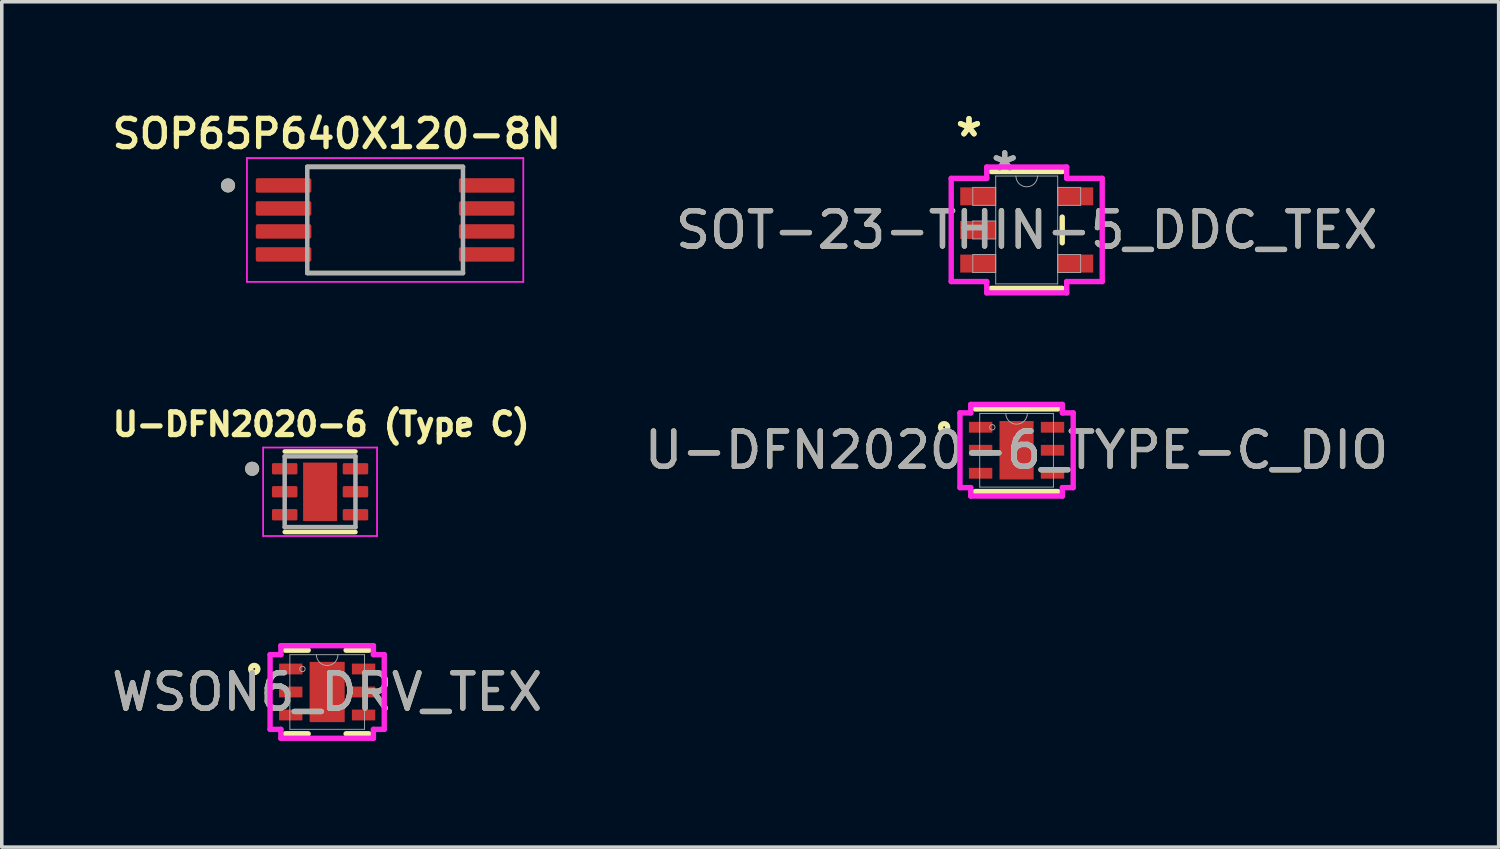
<source format=kicad_pcb>
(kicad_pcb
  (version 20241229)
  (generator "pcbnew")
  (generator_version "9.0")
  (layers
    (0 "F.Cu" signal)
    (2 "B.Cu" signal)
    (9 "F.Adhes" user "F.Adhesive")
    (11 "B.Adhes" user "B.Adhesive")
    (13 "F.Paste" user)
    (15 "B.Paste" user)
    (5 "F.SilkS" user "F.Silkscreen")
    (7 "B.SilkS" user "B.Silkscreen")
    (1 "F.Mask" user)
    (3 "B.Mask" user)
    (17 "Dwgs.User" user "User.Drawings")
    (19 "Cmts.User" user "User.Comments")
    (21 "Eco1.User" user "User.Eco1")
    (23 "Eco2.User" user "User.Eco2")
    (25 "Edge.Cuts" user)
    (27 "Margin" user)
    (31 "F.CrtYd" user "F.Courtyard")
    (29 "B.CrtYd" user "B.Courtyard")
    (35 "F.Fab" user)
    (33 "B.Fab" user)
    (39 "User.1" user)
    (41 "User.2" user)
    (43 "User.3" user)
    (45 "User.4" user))
  (footprint "SOT-23-THIN-5_DDC_TEX"
    (layer "F.Cu")
    (at 25.967 3.449)
    (property "Reference" "SOT-23-THIN-5_DDC_TEX" (at 0 0 0) (unlocked yes) (layer "F.SilkS") (effects (font (size 1 1) (thickness 0.15))))
    (attr smd)
    (fp_line (start -1.003 1.651) (end 1.003 1.651) (stroke (width 0.152) (type solid)) (layer "F.SilkS"))
    (fp_line (start 1.003 -1.651) (end -1.003 -1.651) (stroke (width 0.152) (type solid)) (layer "F.SilkS"))
    (fp_line (start 1.003 0.363) (end 1.003 -0.363) (stroke (width 0.152) (type solid)) (layer "F.SilkS"))
    (fp_line (start -2.134 -1.458) (end -1.13 -1.458) (stroke (width 0.152) (type solid)) (layer "F.CrtYd"))
    (fp_line (start -2.134 1.458) (end -2.134 -1.458) (stroke (width 0.152) (type solid)) (layer "F.CrtYd"))
    (fp_line (start -1.13 -1.778) (end 1.13 -1.778) (stroke (width 0.152) (type solid)) (layer "F.CrtYd"))
    (fp_line (start -1.13 -1.458) (end -1.13 -1.778) (stroke (width 0.152) (type solid)) (layer "F.CrtYd"))
    (fp_line (start -1.13 1.458) (end -2.134 1.458) (stroke (width 0.152) (type solid)) (layer "F.CrtYd"))
    (fp_line (start -1.13 1.778) (end -1.13 1.458) (stroke (width 0.152) (type solid)) (layer "F.CrtYd"))
    (fp_line (start 1.13 -1.778) (end 1.13 -1.458) (stroke (width 0.152) (type solid)) (layer "F.CrtYd"))
    (fp_line (start 1.13 -1.458) (end 2.134 -1.458) (stroke (width 0.152) (type solid)) (layer "F.CrtYd"))
    (fp_line (start 1.13 1.458) (end 1.13 1.778) (stroke (width 0.152) (type solid)) (layer "F.CrtYd"))
    (fp_line (start 1.13 1.778) (end -1.13 1.778) (stroke (width 0.152) (type solid)) (layer "F.CrtYd"))
    (fp_line (start 2.134 -1.458) (end 2.134 1.458) (stroke (width 0.152) (type solid)) (layer "F.CrtYd"))
    (fp_line (start 2.134 1.458) (end 1.13 1.458) (stroke (width 0.152) (type solid)) (layer "F.CrtYd"))
    (fp_line (start -1.524 -1.204) (end -1.524 -0.696) (stroke (width 0.025) (type solid)) (layer "F.Fab"))
    (fp_line (start -1.524 -0.696) (end -0.876 -0.696) (stroke (width 0.025) (type solid)) (layer "F.Fab"))
    (fp_line (start -1.524 -0.254) (end -1.524 0.254) (stroke (width 0.025) (type solid)) (layer "F.Fab"))
    (fp_line (start -1.524 0.254) (end -0.876 0.254) (stroke (width 0.025) (type solid)) (layer "F.Fab"))
    (fp_line (start -1.524 0.696) (end -1.524 1.204) (stroke (width 0.025) (type solid)) (layer "F.Fab"))
    (fp_line (start -1.524 1.204) (end -0.876 1.204) (stroke (width 0.025) (type solid)) (layer "F.Fab"))
    (fp_line (start -0.876 -1.524) (end -0.876 1.524) (stroke (width 0.025) (type solid)) (layer "F.Fab"))
    (fp_line (start -0.876 -1.204) (end -1.524 -1.204) (stroke (width 0.025) (type solid)) (layer "F.Fab"))
    (fp_line (start -0.876 -0.696) (end -0.876 -1.204) (stroke (width 0.025) (type solid)) (layer "F.Fab"))
    (fp_line (start -0.876 -0.254) (end -1.524 -0.254) (stroke (width 0.025) (type solid)) (layer "F.Fab"))
    (fp_line (start -0.876 0.254) (end -0.876 -0.254) (stroke (width 0.025) (type solid)) (layer "F.Fab"))
    (fp_line (start -0.876 0.696) (end -1.524 0.696) (stroke (width 0.025) (type solid)) (layer "F.Fab"))
    (fp_line (start -0.876 1.204) (end -0.876 0.696) (stroke (width 0.025) (type solid)) (layer "F.Fab"))
    (fp_line (start -0.876 1.524) (end 0.876 1.524) (stroke (width 0.025) (type solid)) (layer "F.Fab"))
    (fp_line (start 0.876 -1.524) (end -0.876 -1.524) (stroke (width 0.025) (type solid)) (layer "F.Fab"))
    (fp_line (start 0.876 -1.204) (end 0.876 -0.696) (stroke (width 0.025) (type solid)) (layer "F.Fab"))
    (fp_line (start 0.876 -0.696) (end 1.524 -0.696) (stroke (width 0.025) (type solid)) (layer "F.Fab"))
    (fp_line (start 0.876 0.696) (end 0.876 1.204) (stroke (width 0.025) (type solid)) (layer "F.Fab"))
    (fp_line (start 0.876 1.204) (end 1.524 1.204) (stroke (width 0.025) (type solid)) (layer "F.Fab"))
    (fp_line (start 0.876 1.524) (end 0.876 -1.524) (stroke (width 0.025) (type solid)) (layer "F.Fab"))
    (fp_line (start 1.524 -1.204) (end 0.876 -1.204) (stroke (width 0.025) (type solid)) (layer "F.Fab"))
    (fp_line (start 1.524 -0.696) (end 1.524 -1.204) (stroke (width 0.025) (type solid)) (layer "F.Fab"))
    (fp_line (start 1.524 0.696) (end 0.876 0.696) (stroke (width 0.025) (type solid)) (layer "F.Fab"))
    (fp_line (start 1.524 1.204) (end 1.524 0.696) (stroke (width 0.025) (type solid)) (layer "F.Fab"))
    (fp_arc (start 0.3048 -1.524) (mid 0 -1.2192) (end -0.3048 -1.524) (stroke (width 0.0254) (type solid)) (layer "F.Fab"))
    (fp_text user "*" (at -1.632 -2.601 0) (layer "F.SilkS") (effects (font (size 1 1) (thickness 0.15))))
    (fp_text user "*" (at -1.632 -2.601 0) (unlocked yes) (layer "F.SilkS") (effects (font (size 1 1) (thickness 0.15))))
    (fp_text user "*" (at -0.622 -1.636 0) (layer "F.Fab") (effects (font (size 1 1) (thickness 0.15))))
    (fp_text user "*" (at -0.622 -1.636 0) (unlocked yes) (layer "F.Fab") (effects (font (size 1 1) (thickness 0.15))))
    (fp_text user "${REFERENCE}" (at 0 0 0) (unlocked yes) (layer "F.Fab") (effects (font (size 1 1) (thickness 0.15))))
    (pad "1" smd rect (at -1.378 -0.95) (size 1.003 0.508) (layers "F.Cu" "F.Mask" "F.Paste"))
    (pad "2" smd rect (at -1.378 0) (size 1.003 0.508) (layers "F.Cu" "F.Mask" "F.Paste"))
    (pad "3" smd rect (at -1.378 0.95) (size 1.003 0.508) (layers "F.Cu" "F.Mask" "F.Paste"))
    (pad "4" smd rect (at 1.378 0.95) (size 1.003 0.508) (layers "F.Cu" "F.Mask" "F.Paste"))
    (pad "5" smd rect (at 1.378 -0.95) (size 1.003 0.508) (layers "F.Cu" "F.Mask" "F.Paste")))
  (footprint "WSON6_DRV_TEX"
    (layer "F.Cu")
    (at 6.196 16.507)
    (property "Reference" "WSON6_DRV_TEX" (at 0 0 0) (unlocked yes) (layer "F.SilkS") (effects (font (size 1 1) (thickness 0.15))))
    (attr smd)
    (fp_line (start -1.181 1.181) (end -0.536 1.181) (stroke (width 0.152) (type solid)) (layer "F.SilkS"))
    (fp_line (start -0.536 -1.181) (end -1.181 -1.181) (stroke (width 0.152) (type solid)) (layer "F.SilkS"))
    (fp_line (start 0.536 1.181) (end 1.181 1.181) (stroke (width 0.152) (type solid)) (layer "F.SilkS"))
    (fp_line (start 1.181 -1.181) (end 0.536 -1.181) (stroke (width 0.152) (type solid)) (layer "F.SilkS"))
    (fp_circle (center -2.06 -0.65) (end -1.958 -0.65) (stroke (width 0.152) (type solid)) (fill no) (layer "F.SilkS"))
    (fp_line (start -1.613 -1.056) (end -1.308 -1.056) (stroke (width 0.152) (type solid)) (layer "F.CrtYd"))
    (fp_line (start -1.613 1.056) (end -1.613 -1.056) (stroke (width 0.152) (type solid)) (layer "F.CrtYd"))
    (fp_line (start -1.613 1.056) (end -1.308 1.056) (stroke (width 0.152) (type solid)) (layer "F.CrtYd"))
    (fp_line (start -1.308 -1.308) (end 1.308 -1.308) (stroke (width 0.152) (type solid)) (layer "F.CrtYd"))
    (fp_line (start -1.308 -1.056) (end -1.308 -1.308) (stroke (width 0.152) (type solid)) (layer "F.CrtYd"))
    (fp_line (start -1.308 1.308) (end -1.308 1.056) (stroke (width 0.152) (type solid)) (layer "F.CrtYd"))
    (fp_line (start 1.308 -1.308) (end 1.308 -1.056) (stroke (width 0.152) (type solid)) (layer "F.CrtYd"))
    (fp_line (start 1.308 1.056) (end 1.308 1.308) (stroke (width 0.152) (type solid)) (layer "F.CrtYd"))
    (fp_line (start 1.308 1.308) (end -1.308 1.308) (stroke (width 0.152) (type solid)) (layer "F.CrtYd"))
    (fp_line (start 1.613 -1.056) (end 1.308 -1.056) (stroke (width 0.152) (type solid)) (layer "F.CrtYd"))
    (fp_line (start 1.613 -1.056) (end 1.613 1.056) (stroke (width 0.152) (type solid)) (layer "F.CrtYd"))
    (fp_line (start 1.613 1.056) (end 1.308 1.056) (stroke (width 0.152) (type solid)) (layer "F.CrtYd"))
    (fp_line (start -1.054 -1.054) (end -1.054 1.054) (stroke (width 0.025) (type solid)) (layer "F.Fab"))
    (fp_line (start -1.054 1.054) (end 1.054 1.054) (stroke (width 0.025) (type solid)) (layer "F.Fab"))
    (fp_line (start 1.054 -1.054) (end -1.054 -1.054) (stroke (width 0.025) (type solid)) (layer "F.Fab"))
    (fp_line (start 1.054 1.054) (end 1.054 -1.054) (stroke (width 0.025) (type solid)) (layer "F.Fab"))
    (fp_arc (start 0.3048 -1.0541) (mid 0 -0.7493) (end -0.3048 -1.0541) (stroke (width 0.0254) (type solid)) (layer "F.Fab"))
    (fp_circle (center -0.699 -0.65) (end -0.622 -0.65) (stroke (width 0.025) (type solid)) (fill no) (layer "F.Fab"))
    (fp_text user "${REFERENCE}" (at 0 0 0) (unlocked yes) (layer "F.Fab") (effects (font (size 1 1) (thickness 0.15))))
    (pad "1" smd rect (at -1.029 -0.65) (size 0.66 0.305) (layers "F.Cu" "F.Mask" "F.Paste"))
    (pad "2" smd rect (at -1.029 0) (size 0.66 0.305) (layers "F.Cu" "F.Mask" "F.Paste"))
    (pad "3" smd rect (at -1.029 0.65) (size 0.66 0.305) (layers "F.Cu" "F.Mask" "F.Paste"))
    (pad "4" smd rect (at 1.029 0.65) (size 0.66 0.305) (layers "F.Cu" "F.Mask" "F.Paste"))
    (pad "5" smd rect (at 1.029 0) (size 0.66 0.305) (layers "F.Cu" "F.Mask" "F.Paste"))
    (pad "6" smd rect (at 1.029 -0.65) (size 0.66 0.305) (layers "F.Cu" "F.Mask" "F.Paste"))
    (pad "7" smd rect (at 0 0) (size 0.991 1.702) (layers "F.Cu" "F.Mask" "F.Paste")))
  (footprint "SOP65P640X120-8N"
    (layer "F.Cu")
    (at 7.834 3.166)
    (property "Reference" "SOP65P640X120-8N" (at -1.365 -2.435 0) (layer "F.SilkS") (effects (font (size 0.8 0.8) (thickness 0.15))))
    (attr smd)
    (fp_line (start -2.2 -1.5) (end 2.2 -1.5) (stroke (width 0.127) (type solid)) (layer "F.SilkS"))
    (fp_line (start -2.2 1.5) (end 2.2 1.5) (stroke (width 0.127) (type solid)) (layer "F.SilkS"))
    (fp_circle (center -4.44 -0.975) (end -4.34 -0.975) (stroke (width 0.2) (type solid)) (fill no) (layer "F.SilkS"))
    (fp_line (start -3.905 -1.75) (end -3.905 1.75) (stroke (width 0.05) (type solid)) (layer "F.CrtYd"))
    (fp_line (start -3.905 -1.75) (end 3.905 -1.75) (stroke (width 0.05) (type solid)) (layer "F.CrtYd"))
    (fp_line (start -3.905 1.75) (end 3.905 1.75) (stroke (width 0.05) (type solid)) (layer "F.CrtYd"))
    (fp_line (start 3.905 -1.75) (end 3.905 1.75) (stroke (width 0.05) (type solid)) (layer "F.CrtYd"))
    (fp_line (start -2.2 -1.5) (end -2.2 1.5) (stroke (width 0.127) (type solid)) (layer "F.Fab"))
    (fp_line (start -2.2 -1.5) (end 2.2 -1.5) (stroke (width 0.127) (type solid)) (layer "F.Fab"))
    (fp_line (start -2.2 1.5) (end 2.2 1.5) (stroke (width 0.127) (type solid)) (layer "F.Fab"))
    (fp_line (start 2.2 -1.5) (end 2.2 1.5) (stroke (width 0.127) (type solid)) (layer "F.Fab"))
    (fp_circle (center -4.44 -0.975) (end -4.34 -0.975) (stroke (width 0.2) (type solid)) (fill no) (layer "F.Fab"))
    (pad "1" smd roundrect (at -2.87 -0.975) (size 1.57 0.41) (layers "F.Cu" "F.Mask" "F.Paste") (roundrect_rratio 0.125))
    (pad "2" smd roundrect (at -2.87 -0.325) (size 1.57 0.41) (layers "F.Cu" "F.Mask" "F.Paste") (roundrect_rratio 0.125))
    (pad "3" smd roundrect (at -2.87 0.325) (size 1.57 0.41) (layers "F.Cu" "F.Mask" "F.Paste") (roundrect_rratio 0.125))
    (pad "4" smd roundrect (at -2.87 0.975) (size 1.57 0.41) (layers "F.Cu" "F.Mask" "F.Paste") (roundrect_rratio 0.125))
    (pad "5" smd roundrect (at 2.87 0.975) (size 1.57 0.41) (layers "F.Cu" "F.Mask" "F.Paste") (roundrect_rratio 0.125))
    (pad "6" smd roundrect (at 2.87 0.325) (size 1.57 0.41) (layers "F.Cu" "F.Mask" "F.Paste") (roundrect_rratio 0.125))
    (pad "7" smd roundrect (at 2.87 -0.325) (size 1.57 0.41) (layers "F.Cu" "F.Mask" "F.Paste") (roundrect_rratio 0.125))
    (pad "8" smd roundrect (at 2.87 -0.975) (size 1.57 0.41) (layers "F.Cu" "F.Mask" "F.Paste") (roundrect_rratio 0.125)))
  (footprint "U-DFN2020-6 (Type C)"
    (layer "F.Cu")
    (at 5.996 10.848)
    (property "Reference" "U-DFN2020-6 (Type C)" (at 0.032 -1.906 0) (layer "F.SilkS") (effects (font (size 0.64 0.64) (thickness 0.15))))
    (attr smd)
    (fp_line (start -1 -1.139) (end 1 -1.139) (stroke (width 0.127) (type solid)) (layer "F.SilkS"))
    (fp_line (start -1 1.139) (end 1 1.139) (stroke (width 0.127) (type solid)) (layer "F.SilkS"))
    (fp_circle (center -1.92 -0.65) (end -1.82 -0.65) (stroke (width 0.2) (type solid)) (fill no) (layer "F.SilkS"))
    (fp_poly (pts (xy -0.3 -0.52) (xy 0.3 -0.52) (xy 0.3 0.52) (xy -0.3 0.52)) (stroke (width 0.01) (type solid)) (fill yes) (layer "F.Paste"))
    (fp_line (start -1.61 -1.25) (end -1.61 1.25) (stroke (width 0.05) (type solid)) (layer "F.CrtYd"))
    (fp_line (start -1.61 -1.25) (end 1.61 -1.25) (stroke (width 0.05) (type solid)) (layer "F.CrtYd"))
    (fp_line (start -1.61 1.25) (end 1.61 1.25) (stroke (width 0.05) (type solid)) (layer "F.CrtYd"))
    (fp_line (start 1.61 -1.25) (end 1.61 1.25) (stroke (width 0.05) (type solid)) (layer "F.CrtYd"))
    (fp_line (start -1 -1) (end -1 1) (stroke (width 0.127) (type solid)) (layer "F.Fab"))
    (fp_line (start -1 -1) (end 1 -1) (stroke (width 0.127) (type solid)) (layer "F.Fab"))
    (fp_line (start -1 1) (end 1 1) (stroke (width 0.127) (type solid)) (layer "F.Fab"))
    (fp_line (start 1 -1) (end 1 1) (stroke (width 0.127) (type solid)) (layer "F.Fab"))
    (fp_circle (center -1.92 -0.65) (end -1.82 -0.65) (stroke (width 0.2) (type solid)) (fill no) (layer "F.Fab"))
    (pad "1" smd roundrect (at -1 -0.65) (size 0.72 0.32) (layers "F.Cu" "F.Mask" "F.Paste") (roundrect_rratio 0.125))
    (pad "2" smd roundrect (at -1 0) (size 0.72 0.32) (layers "F.Cu" "F.Mask" "F.Paste") (roundrect_rratio 0.125))
    (pad "3" smd roundrect (at -1 0.65) (size 0.72 0.32) (layers "F.Cu" "F.Mask" "F.Paste") (roundrect_rratio 0.125))
    (pad "4" smd roundrect (at 1 0.65) (size 0.72 0.32) (layers "F.Cu" "F.Mask" "F.Paste") (roundrect_rratio 0.125))
    (pad "5" smd roundrect (at 1 0) (size 0.72 0.32) (layers "F.Cu" "F.Mask" "F.Paste") (roundrect_rratio 0.125))
    (pad "6" smd roundrect (at 1 -0.65) (size 0.72 0.32) (layers "F.Cu" "F.Mask" "F.Paste") (roundrect_rratio 0.125))
    (pad "7" smd rect (at 0 0) (size 0.96 1.65) (layers "F.Cu" "F.Mask")))
  (footprint "U-DFN2020-6_TYPE-C_DIO"
    (layer "F.Cu")
    (at 25.68 9.675)
    (property "Reference" "U-DFN2020-6_TYPE-C_DIO" (at 0 0 0) (unlocked yes) (layer "F.SilkS") (effects (font (size 1 1) (thickness 0.15))))
    (attr smd)
    (fp_line (start -1.168 1.168) (end 1.168 1.168) (stroke (width 0.152) (type solid)) (layer "F.SilkS"))
    (fp_line (start 1.168 -1.168) (end -1.168 -1.168) (stroke (width 0.152) (type solid)) (layer "F.SilkS"))
    (fp_circle (center -2.047 -0.65) (end -1.945 -0.65) (stroke (width 0.152) (type solid)) (fill no) (layer "F.SilkS"))
    (fp_line (start -1.6 -1.056) (end -1.295 -1.056) (stroke (width 0.152) (type solid)) (layer "F.CrtYd"))
    (fp_line (start -1.6 1.056) (end -1.6 -1.056) (stroke (width 0.152) (type solid)) (layer "F.CrtYd"))
    (fp_line (start -1.6 1.056) (end -1.295 1.056) (stroke (width 0.152) (type solid)) (layer "F.CrtYd"))
    (fp_line (start -1.295 -1.295) (end 1.295 -1.295) (stroke (width 0.152) (type solid)) (layer "F.CrtYd"))
    (fp_line (start -1.295 -1.056) (end -1.295 -1.295) (stroke (width 0.152) (type solid)) (layer "F.CrtYd"))
    (fp_line (start -1.295 1.295) (end -1.295 1.056) (stroke (width 0.152) (type solid)) (layer "F.CrtYd"))
    (fp_line (start 1.295 -1.295) (end 1.295 -1.056) (stroke (width 0.152) (type solid)) (layer "F.CrtYd"))
    (fp_line (start 1.295 1.056) (end 1.295 1.295) (stroke (width 0.152) (type solid)) (layer "F.CrtYd"))
    (fp_line (start 1.295 1.295) (end -1.295 1.295) (stroke (width 0.152) (type solid)) (layer "F.CrtYd"))
    (fp_line (start 1.6 -1.056) (end 1.295 -1.056) (stroke (width 0.152) (type solid)) (layer "F.CrtYd"))
    (fp_line (start 1.6 -1.056) (end 1.6 1.056) (stroke (width 0.152) (type solid)) (layer "F.CrtYd"))
    (fp_line (start 1.6 1.056) (end 1.295 1.056) (stroke (width 0.152) (type solid)) (layer "F.CrtYd"))
    (fp_line (start -1.041 -1.041) (end -1.041 1.041) (stroke (width 0.025) (type solid)) (layer "F.Fab"))
    (fp_line (start -1.041 1.041) (end 1.041 1.041) (stroke (width 0.025) (type solid)) (layer "F.Fab"))
    (fp_line (start 1.041 -1.041) (end -1.041 -1.041) (stroke (width 0.025) (type solid)) (layer "F.Fab"))
    (fp_line (start 1.041 1.041) (end 1.041 -1.041) (stroke (width 0.025) (type solid)) (layer "F.Fab"))
    (fp_arc (start 0.3048 -1.0414) (mid 0 -0.7366) (end -0.3048 -1.0414) (stroke (width 0.0254) (type solid)) (layer "F.Fab"))
    (fp_circle (center -0.686 -0.65) (end -0.61 -0.65) (stroke (width 0.025) (type solid)) (fill no) (layer "F.Fab"))
    (fp_text user "${REFERENCE}" (at 0 0 0) (unlocked yes) (layer "F.Fab") (effects (font (size 1 1) (thickness 0.15))))
    (pad "1" smd rect (at -1.016 -0.65) (size 0.66 0.305) (layers "F.Cu" "F.Mask" "F.Paste"))
    (pad "2" smd rect (at -1.016 0) (size 0.66 0.305) (layers "F.Cu" "F.Mask" "F.Paste"))
    (pad "3" smd rect (at -1.016 0.65) (size 0.66 0.305) (layers "F.Cu" "F.Mask" "F.Paste"))
    (pad "4" smd rect (at 1.016 0.65) (size 0.66 0.305) (layers "F.Cu" "F.Mask" "F.Paste"))
    (pad "5" smd rect (at 1.016 0) (size 0.66 0.305) (layers "F.Cu" "F.Mask" "F.Paste"))
    (pad "6" smd rect (at 1.016 -0.65) (size 0.66 0.305) (layers "F.Cu" "F.Mask" "F.Paste"))
    (pad "7" smd rect (at 0 0) (size 0.965 1.651) (layers "F.Cu" "F.Mask" "F.Paste")))
  (gr_rect
    (start -3 -3)
    (end 39.305 20.891)
    (stroke (width 0.1) (type default))
    (fill no)
    (layer "Edge.Cuts")))
</source>
